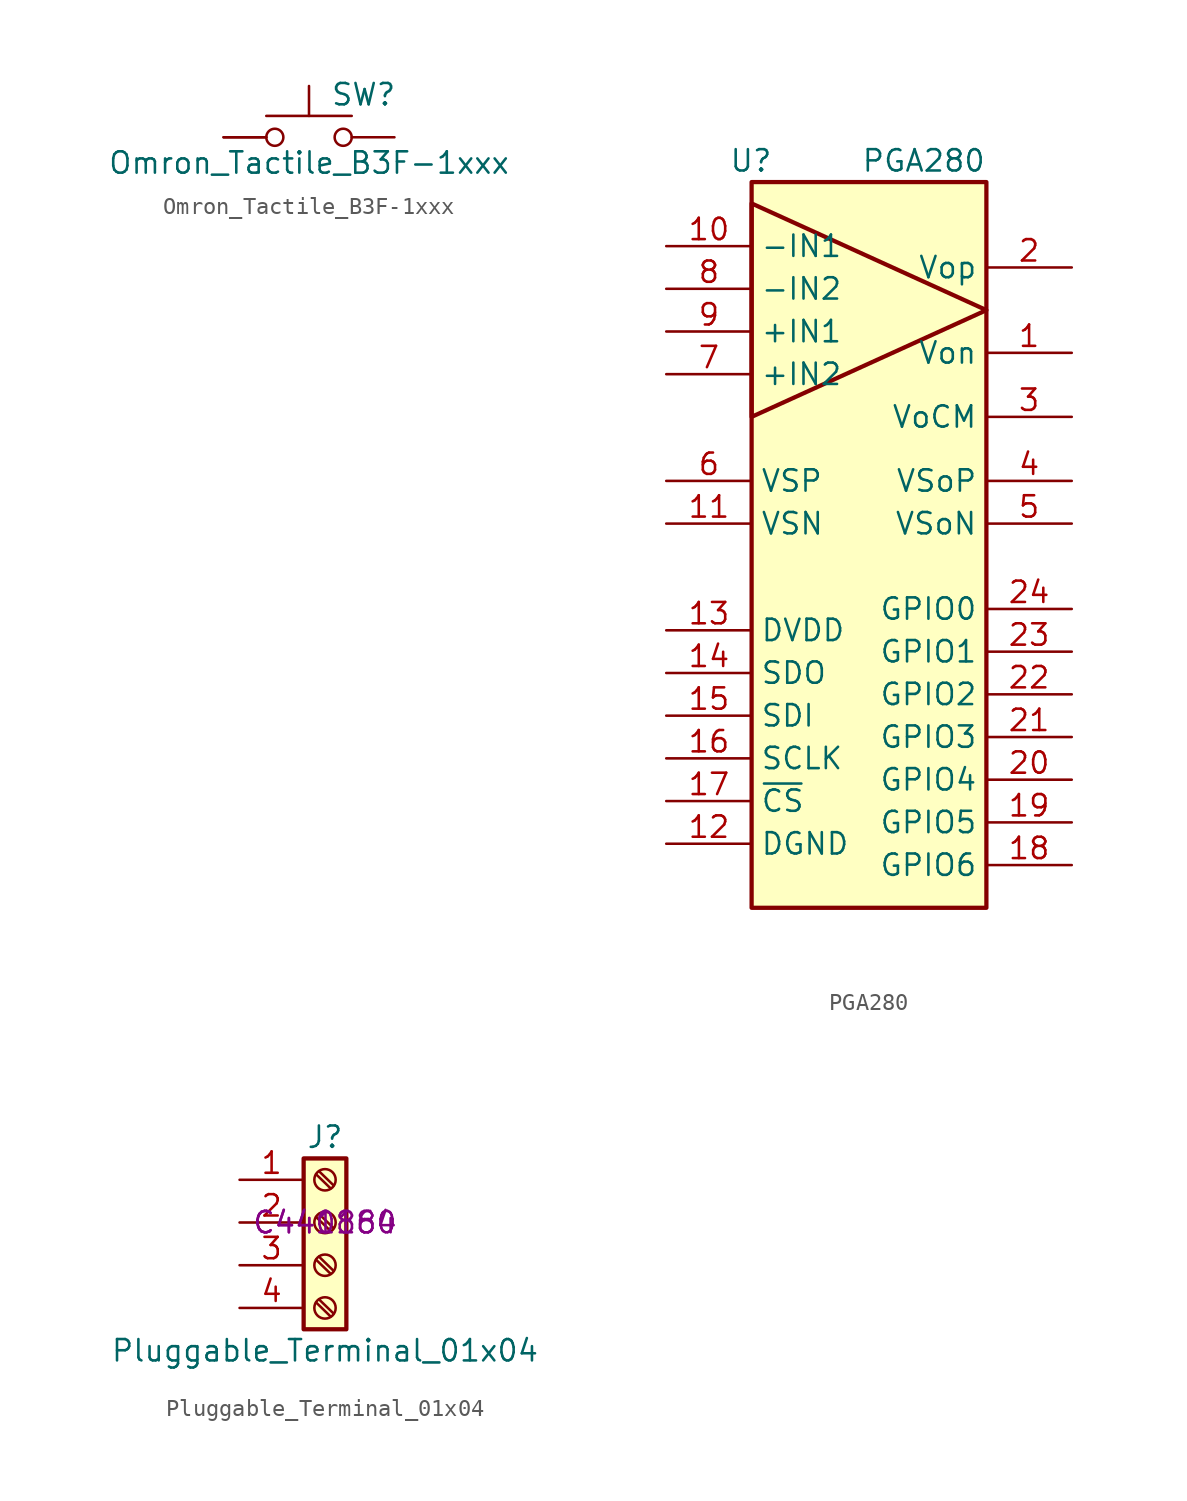
<source format=kicad_sym>
(kicad_symbol_lib
  (version 20211014)
  (generator kicad_symbol_editor)
  (symbol "Omron_Tactile_B3F-1xxx"
    (pin_numbers hide)
    (pin_names
      (offset 1.016) hide)
    (property "Reference" "SW"
      (at 1.27 2.54 0)
      (effects (font (size 1.27 1.27)) (justify left)))
    (property "Value" "Omron_Tactile_B3F-1xxx"
      (at 0 -1.524 0)
      (effects (font (size 1.27 1.27))))
    (symbol "Omron_Tactile_B3F-1xxx_0_1"
      (circle (center -2.032 0) (radius 0.508) (stroke (width 0) (type default) (color 0 0 0 0)) (fill (type none)))
      (polyline (pts (xy 0 1.27) (xy 0 3.048)) (stroke (width 0) (type default) (color 0 0 0 0)) (fill (type none)))
      (polyline (pts (xy 2.54 1.27) (xy -2.54 1.27)) (stroke (width 0) (type default) (color 0 0 0 0)) (fill (type none)))
      (circle (center 2.032 0) (radius 0.508) (stroke (width 0) (type default) (color 0 0 0 0)) (fill (type none)))
      (pin passive line (at -5.08 0 0) (length 2.54) (name "A" (effects (font (size 1.27 1.27)))) (number "1" (effects (font (size 1.27 1.27)))))
      (pin passive line (at 5.08 0 180) (length 2.54) (name "B" (effects (font (size 1.27 1.27)))) (number "3" (effects (font (size 1.27 1.27))))))
    (symbol "Omron_Tactile_B3F-1xxx_1_1"
      (pin passive line (at -5.08 0 0) (length 2.54) (name "A" (effects (font (size 1.27 1.27)))) (number "2" (effects (font (size 1.27 1.27)))))
      (pin passive line (at 5.08 0 180) (length 2.54) hide (name "B" (effects (font (size 1.27 1.27)))) (number "4" (effects (font (size 1.27 1.27)))))))
  (symbol "PGA280"
    (property "Reference" "U"
      (at 1.27 44.45 0)
      (effects (font (size 1.27 1.27)) (justify right)))
    (property "Value" "PGA280"
      (at 13.97 44.45 0)
      (effects (font (size 1.27 1.27)) (justify right)))
    (symbol "PGA280_0_1"
      (rectangle (start 0 43.18) (end 13.97 0) (stroke (width 0.254) (type default) (color 0 0 0 0)) (fill (type background))))
    (symbol "PGA280_1_1"
      (polyline (pts (xy 0 41.91) (xy 0 29.21) (xy 13.97 35.56) (xy 0 41.91)) (stroke (width 0.254) (type default) (color 0 0 0 0)) (fill (type background)))
      (pin output line (at 19.05 33.02 180) (length 5.08) (name "Von" (effects (font (size 1.27 1.27)))) (number "1" (effects (font (size 1.27 1.27)))))
      (pin input line (at -5.08 39.37 0) (length 5.08) (name "-IN1" (effects (font (size 1.27 1.27)))) (number "10" (effects (font (size 1.27 1.27)))))
      (pin power_in line (at -5.08 22.86 0) (length 5.08) (name "VSN" (effects (font (size 1.27 1.27)))) (number "11" (effects (font (size 1.27 1.27)))))
      (pin power_in line (at -5.08 3.81 0) (length 5.08) (name "DGND" (effects (font (size 1.27 1.27)))) (number "12" (effects (font (size 1.27 1.27)))))
      (pin power_in line (at -5.08 16.51 0) (length 5.08) (name "DVDD" (effects (font (size 1.27 1.27)))) (number "13" (effects (font (size 1.27 1.27)))))
      (pin output line (at -5.08 13.97 0) (length 5.08) (name "SDO" (effects (font (size 1.27 1.27)))) (number "14" (effects (font (size 1.27 1.27)))))
      (pin input line (at -5.08 11.43 0) (length 5.08) (name "SDI" (effects (font (size 1.27 1.27)))) (number "15" (effects (font (size 1.27 1.27)))))
      (pin input line (at -5.08 8.89 0) (length 5.08) (name "SCLK" (effects (font (size 1.27 1.27)))) (number "16" (effects (font (size 1.27 1.27)))))
      (pin input line (at -5.08 6.35 0) (length 5.08) (name "~{CS}" (effects (font (size 1.27 1.27)))) (number "17" (effects (font (size 1.27 1.27)))))
      (pin bidirectional line (at 19.05 2.54 180) (length 5.08) (name "GPIO6" (effects (font (size 1.27 1.27)))) (number "18" (effects (font (size 1.27 1.27)))))
      (pin bidirectional line (at 19.05 5.08 180) (length 5.08) (name "GPIO5" (effects (font (size 1.27 1.27)))) (number "19" (effects (font (size 1.27 1.27)))))
      (pin output line (at 19.05 38.1 180) (length 5.08) (name "Vop" (effects (font (size 1.27 1.27)))) (number "2" (effects (font (size 1.27 1.27)))))
      (pin bidirectional line (at 19.05 7.62 180) (length 5.08) (name "GPIO4" (effects (font (size 1.27 1.27)))) (number "20" (effects (font (size 1.27 1.27)))))
      (pin bidirectional line (at 19.05 10.16 180) (length 5.08) (name "GPIO3" (effects (font (size 1.27 1.27)))) (number "21" (effects (font (size 1.27 1.27)))))
      (pin bidirectional line (at 19.05 12.7 180) (length 5.08) (name "GPIO2" (effects (font (size 1.27 1.27)))) (number "22" (effects (font (size 1.27 1.27)))))
      (pin bidirectional line (at 19.05 15.24 180) (length 5.08) (name "GPIO1" (effects (font (size 1.27 1.27)))) (number "23" (effects (font (size 1.27 1.27)))))
      (pin bidirectional line (at 19.05 17.78 180) (length 5.08) (name "GPIO0" (effects (font (size 1.27 1.27)))) (number "24" (effects (font (size 1.27 1.27)))))
      (pin input line (at 19.05 29.21 180) (length 5.08) (name "VoCM" (effects (font (size 1.27 1.27)))) (number "3" (effects (font (size 1.27 1.27)))))
      (pin power_in line (at 19.05 25.4 180) (length 5.08) (name "VSoP" (effects (font (size 1.27 1.27)))) (number "4" (effects (font (size 1.27 1.27)))))
      (pin power_in line (at 19.05 22.86 180) (length 5.08) (name "VSoN" (effects (font (size 1.27 1.27)))) (number "5" (effects (font (size 1.27 1.27)))))
      (pin power_in line (at -5.08 25.4 0) (length 5.08) (name "VSP" (effects (font (size 1.27 1.27)))) (number "6" (effects (font (size 1.27 1.27)))))
      (pin input line (at -5.08 31.75 0) (length 5.08) (name "+IN2" (effects (font (size 1.27 1.27)))) (number "7" (effects (font (size 1.27 1.27)))))
      (pin input line (at -5.08 36.83 0) (length 5.08) (name "-IN2" (effects (font (size 1.27 1.27)))) (number "8" (effects (font (size 1.27 1.27)))))
      (pin input line (at -5.08 34.29 0) (length 5.08) (name "+IN1" (effects (font (size 1.27 1.27)))) (number "9" (effects (font (size 1.27 1.27)))))))
  (symbol "Pluggable_Terminal_01x04"
    (pin_names
      (offset 1.016) hide)
    (property "Reference" "J"
      (at 0 5.08 0)
      (effects (font (size 1.27 1.27))))
    (property "Value" "Pluggable_Terminal_01x04"
      (at 0 -7.62 0)
      (effects (font (size 1.27 1.27))))
    (property "LCSC" "C441184"
      (at 0 0 0)
      (effects (font (size 1.27 1.27))))
    (property "Mating LCSC" "C440860"
      (at 0 0 0)
      (effects (font (size 1.27 1.27))))
    (symbol "Pluggable_Terminal_01x04_1_1"
      (rectangle (start -1.27 3.81) (end 1.27 -6.35) (stroke (width 0.254) (type default) (color 0 0 0 0)) (fill (type background)))
      (circle (center 0 -5.08) (radius 0.635) (stroke (width 0.152) (type default) (color 0 0 0 0)) (fill (type none)))
      (circle (center 0 -2.54) (radius 0.635) (stroke (width 0.152) (type default) (color 0 0 0 0)) (fill (type none)))
      (polyline (pts (xy -0.533 -4.75) (xy 0.33 -5.588)) (stroke (width 0.152) (type default) (color 0 0 0 0)) (fill (type none)))
      (polyline (pts (xy -0.533 -2.21) (xy 0.33 -3.048)) (stroke (width 0.152) (type default) (color 0 0 0 0)) (fill (type none)))
      (polyline (pts (xy -0.533 0.33) (xy 0.33 -0.508)) (stroke (width 0.152) (type default) (color 0 0 0 0)) (fill (type none)))
      (polyline (pts (xy -0.533 2.87) (xy 0.33 2.032)) (stroke (width 0.152) (type default) (color 0 0 0 0)) (fill (type none)))
      (polyline (pts (xy -0.356 -4.572) (xy 0.508 -5.41)) (stroke (width 0.152) (type default) (color 0 0 0 0)) (fill (type none)))
      (polyline (pts (xy -0.356 -2.032) (xy 0.508 -2.87)) (stroke (width 0.152) (type default) (color 0 0 0 0)) (fill (type none)))
      (polyline (pts (xy -0.356 0.508) (xy 0.508 -0.33)) (stroke (width 0.152) (type default) (color 0 0 0 0)) (fill (type none)))
      (polyline (pts (xy -0.356 3.048) (xy 0.508 2.21)) (stroke (width 0.152) (type default) (color 0 0 0 0)) (fill (type none)))
      (circle (center 0 0) (radius 0.635) (stroke (width 0.152) (type default) (color 0 0 0 0)) (fill (type none)))
      (circle (center 0 2.54) (radius 0.635) (stroke (width 0.152) (type default) (color 0 0 0 0)) (fill (type none)))
      (pin passive line (at -5.08 2.54 0) (length 3.81) (name "Pin_1" (effects (font (size 1.27 1.27)))) (number "1" (effects (font (size 1.27 1.27)))))
      (pin passive line (at -5.08 0 0) (length 3.81) (name "Pin_2" (effects (font (size 1.27 1.27)))) (number "2" (effects (font (size 1.27 1.27)))))
      (pin passive line (at -5.08 -2.54 0) (length 3.81) (name "Pin_3" (effects (font (size 1.27 1.27)))) (number "3" (effects (font (size 1.27 1.27)))))
      (pin passive line (at -5.08 -5.08 0) (length 3.81) (name "Pin_4" (effects (font (size 1.27 1.27)))) (number "4" (effects (font (size 1.27 1.27))))))))
</source>
